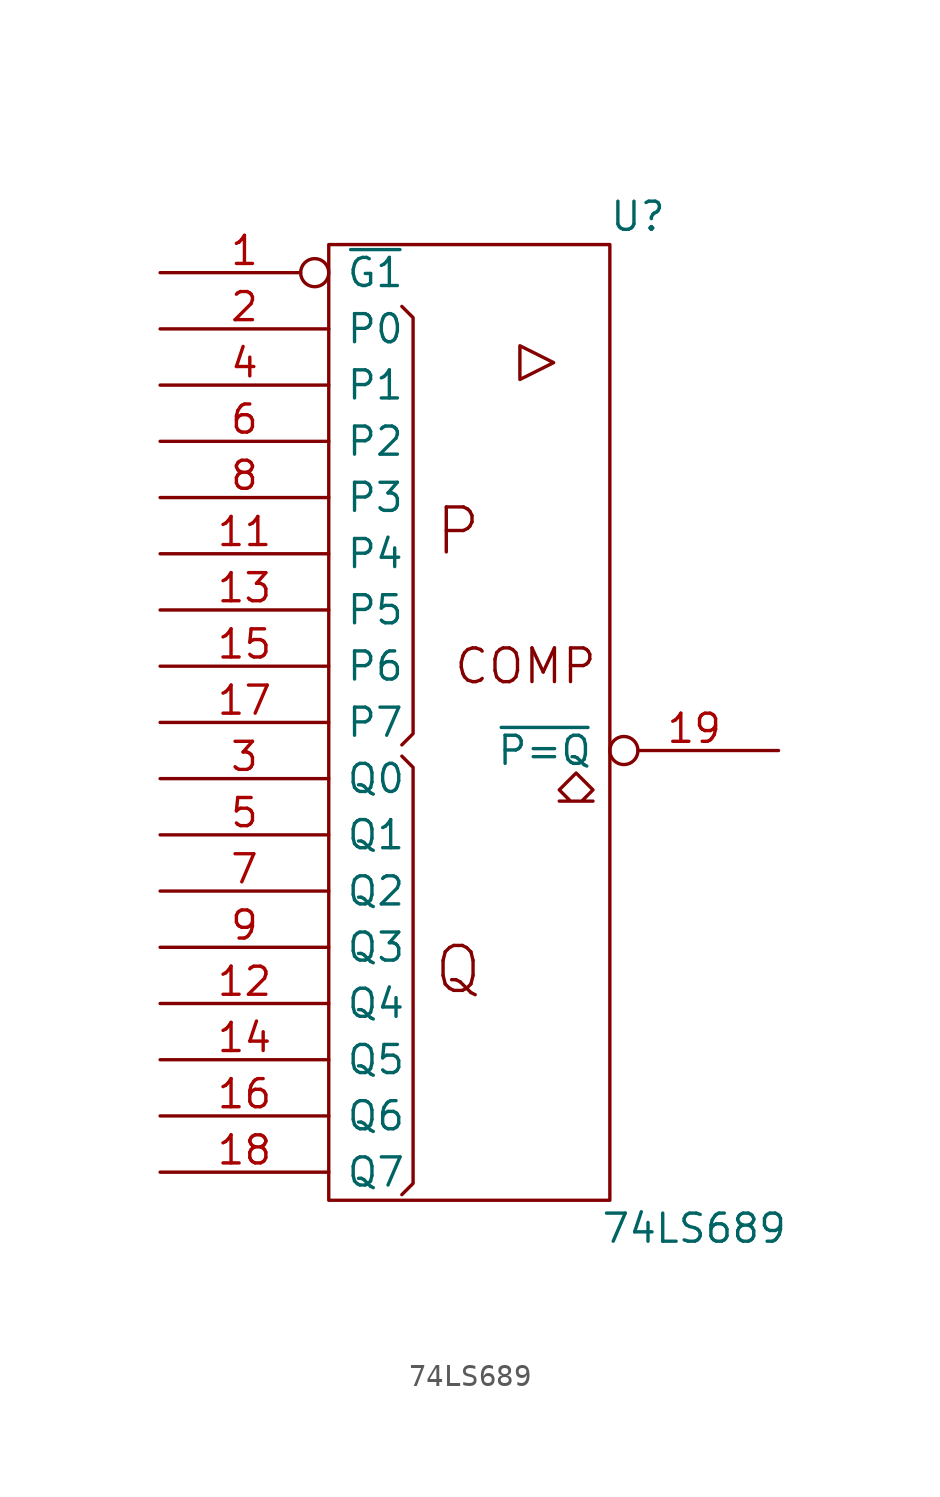
<source format=kicad_sym>
(kicad_symbol_lib
  (version 20231120)
  (generator "kicad_symbol_editor")
  (generator_version "8.0")
  (symbol "74LS689"
    (pin_names
      (offset 0.762))
    (property "Reference" "U"
      (at 7.62 22.86 0)
      (effects (font (size 1.27 1.27))))
    (property "Value" "74LS689"
      (at 10.16 -22.86 0)
      (effects (font (size 1.27 1.27))))
    (symbol "74LS689_0_0"
      (polyline (pts (xy 2.286 17.018) (xy 2.286 15.494) (xy 3.81 16.256) (xy 2.286 17.018) (xy 2.286 17.018)) (stroke (width 0) (type default)) (fill (type none)))
      (polyline (pts (xy 4.826 -2.286) (xy 5.588 -3.048) (xy 5.08 -3.556) (xy 5.588 -3.556) (xy 4.064 -3.556) (xy 4.572 -3.556) (xy 4.064 -3.048) (xy 4.826 -2.286) (xy 4.826 -2.286)) (stroke (width 0) (type default)) (fill (type none)))
      (text "COMP" (at 2.54 2.54 0) (effects (font (size 1.524 1.524))))
      (text "P" (at -0.508 8.636 0) (effects (font (size 2.032 2.032))))
      (text "Q" (at -0.508 -11.176 0) (effects (font (size 2.032 2.032)))))
    (symbol "74LS689_0_1"
      (rectangle (start -6.35 21.59) (end 6.35 -21.59) (stroke (width 0) (type default)) (fill (type none)))
      (polyline (pts (xy -3.048 -1.524) (xy -2.54 -2.032) (xy -2.54 -20.828) (xy -3.048 -21.336) (xy -3.048 -21.336)) (stroke (width 0) (type default)) (fill (type none)))
      (polyline (pts (xy -3.048 18.796) (xy -2.54 18.288) (xy -2.54 -0.508) (xy -3.048 -1.016) (xy -3.048 -1.016)) (stroke (width 0) (type default)) (fill (type none))))
    (symbol "74LS689_1_1"
      (pin output inverted (at -13.97 20.32 0) (length 7.62) (name "~{G1}" (effects (font (size 1.27 1.27)))) (number "1" (effects (font (size 1.27 1.27)))))
      (pin power_in line (at 0 -21.59 90) (length 0) hide (name "Gnd" (effects (font (size 1.27 1.27)))) (number "10" (effects (font (size 1.27 1.27)))))
      (pin input line (at -13.97 7.62 0) (length 7.62) (name "P4" (effects (font (size 1.27 1.27)))) (number "11" (effects (font (size 1.27 1.27)))))
      (pin input line (at -13.97 -12.7 0) (length 7.62) (name "Q4" (effects (font (size 1.27 1.27)))) (number "12" (effects (font (size 1.27 1.27)))))
      (pin input line (at -13.97 5.08 0) (length 7.62) (name "P5" (effects (font (size 1.27 1.27)))) (number "13" (effects (font (size 1.27 1.27)))))
      (pin input line (at -13.97 -15.24 0) (length 7.62) (name "Q5" (effects (font (size 1.27 1.27)))) (number "14" (effects (font (size 1.27 1.27)))))
      (pin input line (at -13.97 2.54 0) (length 7.62) (name "P6" (effects (font (size 1.27 1.27)))) (number "15" (effects (font (size 1.27 1.27)))))
      (pin input line (at -13.97 -17.78 0) (length 7.62) (name "Q6" (effects (font (size 1.27 1.27)))) (number "16" (effects (font (size 1.27 1.27)))))
      (pin input line (at -13.97 0 0) (length 7.62) (name "P7" (effects (font (size 1.27 1.27)))) (number "17" (effects (font (size 1.27 1.27)))))
      (pin input line (at -13.97 -20.32 0) (length 7.62) (name "Q7" (effects (font (size 1.27 1.27)))) (number "18" (effects (font (size 1.27 1.27)))))
      (pin output inverted (at 13.97 -1.27 180) (length 7.62) (name "~{P=Q}" (effects (font (size 1.27 1.27)))) (number "19" (effects (font (size 1.27 1.27)))))
      (pin input line (at -13.97 17.78 0) (length 7.62) (name "P0" (effects (font (size 1.27 1.27)))) (number "2" (effects (font (size 1.27 1.27)))))
      (pin power_in line (at 0 21.59 270) (length 0) hide (name "Vcc" (effects (font (size 1.27 1.27)))) (number "20" (effects (font (size 1.27 1.27)))))
      (pin input line (at -13.97 -2.54 0) (length 7.62) (name "Q0" (effects (font (size 1.27 1.27)))) (number "3" (effects (font (size 1.27 1.27)))))
      (pin input line (at -13.97 15.24 0) (length 7.62) (name "P1" (effects (font (size 1.27 1.27)))) (number "4" (effects (font (size 1.27 1.27)))))
      (pin input line (at -13.97 -5.08 0) (length 7.62) (name "Q1" (effects (font (size 1.27 1.27)))) (number "5" (effects (font (size 1.27 1.27)))))
      (pin input line (at -13.97 12.7 0) (length 7.62) (name "P2" (effects (font (size 1.27 1.27)))) (number "6" (effects (font (size 1.27 1.27)))))
      (pin input line (at -13.97 -7.62 0) (length 7.62) (name "Q2" (effects (font (size 1.27 1.27)))) (number "7" (effects (font (size 1.27 1.27)))))
      (pin input line (at -13.97 10.16 0) (length 7.62) (name "P3" (effects (font (size 1.27 1.27)))) (number "8" (effects (font (size 1.27 1.27)))))
      (pin input line (at -13.97 -10.16 0) (length 7.62) (name "Q3" (effects (font (size 1.27 1.27)))) (number "9" (effects (font (size 1.27 1.27))))))))
</source>
